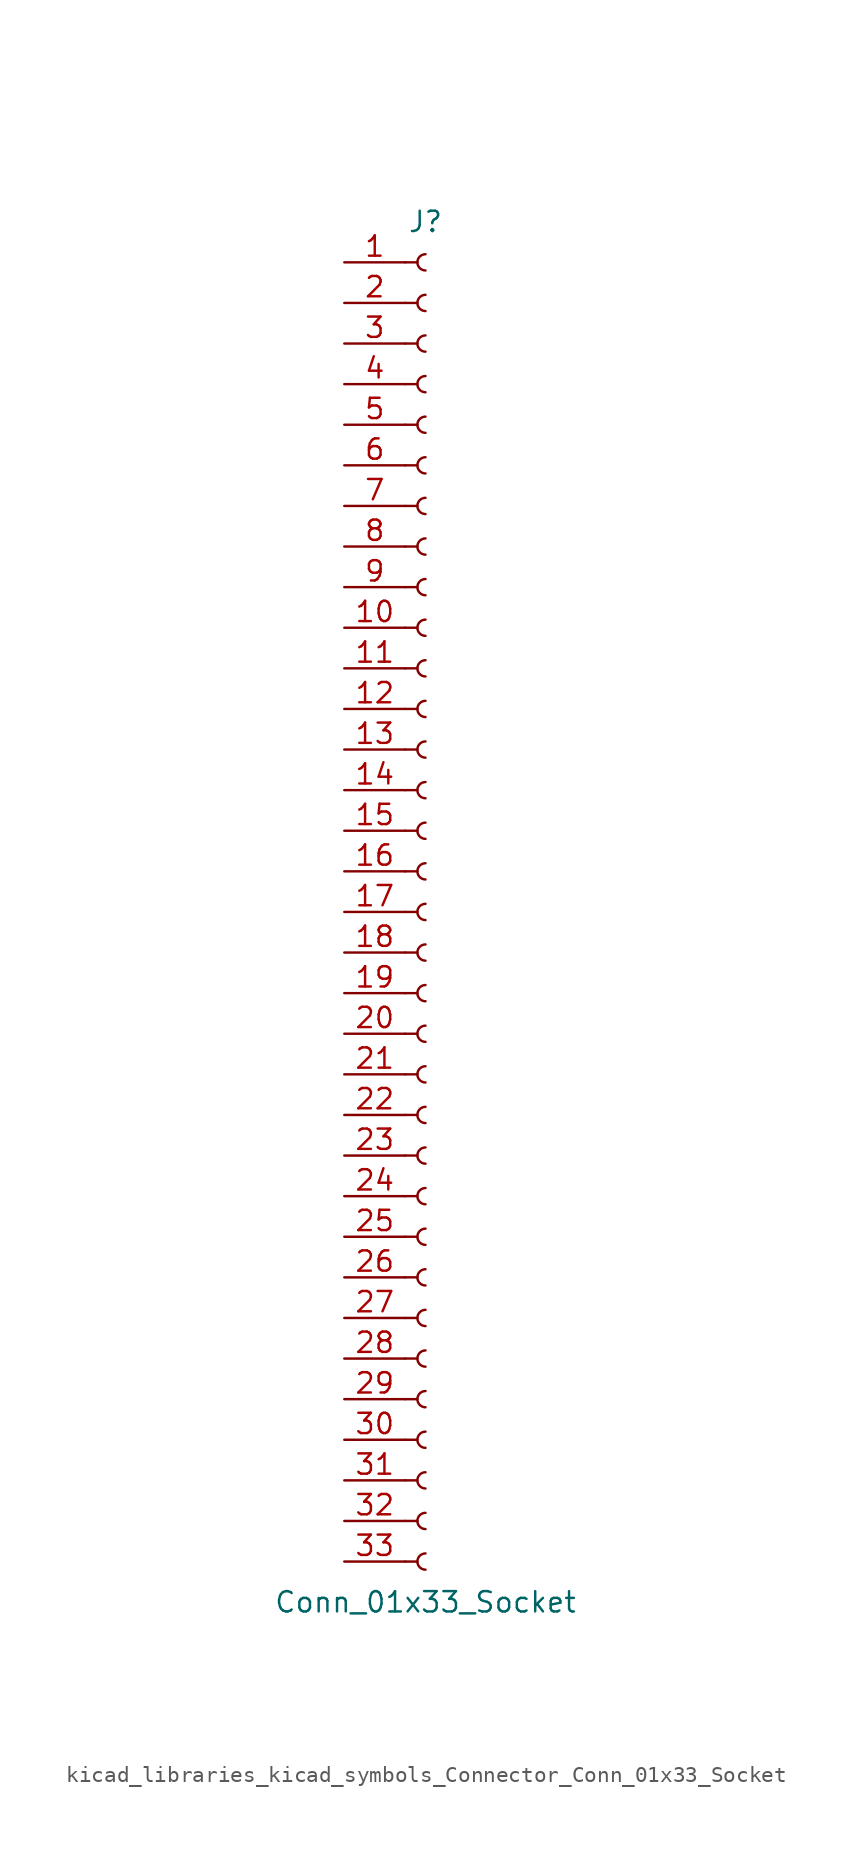
<source format=kicad_sym>
(kicad_symbol_lib
  (version 20220914)
  (generator kicad_symbol_editor)
  (symbol "kicad_libraries_kicad_symbols_Connector_Conn_01x33_Socket"
    (pin_names
      (offset 1.016) hide)
    (property "Reference" "J"
      (at 0 43.18 0)
      (effects (font (size 1.27 1.27))))
    (property "Value" "Conn_01x33_Socket"
      (at 0 -43.18 0)
      (effects (font (size 1.27 1.27))))
    (property "ki_locked" ""
      (at 0 0 0)
      (effects (font (size 1.27 1.27))))
    (symbol "kicad_libraries_kicad_symbols_Connector_Conn_01x33_Socket_1_1"
      (arc (start 0 -40.132) (mid -0.5058 -40.64) (end 0 -41.148) (stroke (width 0.1524) (type default)) (fill (type none)))
      (arc (start 0 -37.592) (mid -0.5058 -38.1) (end 0 -38.608) (stroke (width 0.1524) (type default)) (fill (type none)))
      (arc (start 0 -35.052) (mid -0.5058 -35.56) (end 0 -36.068) (stroke (width 0.1524) (type default)) (fill (type none)))
      (arc (start 0 -32.512) (mid -0.5058 -33.02) (end 0 -33.528) (stroke (width 0.1524) (type default)) (fill (type none)))
      (arc (start 0 -29.972) (mid -0.5058 -30.48) (end 0 -30.988) (stroke (width 0.1524) (type default)) (fill (type none)))
      (arc (start 0 -27.432) (mid -0.5058 -27.94) (end 0 -28.448) (stroke (width 0.1524) (type default)) (fill (type none)))
      (arc (start 0 -24.892) (mid -0.5058 -25.4) (end 0 -25.908) (stroke (width 0.1524) (type default)) (fill (type none)))
      (arc (start 0 -22.352) (mid -0.5058 -22.86) (end 0 -23.368) (stroke (width 0.1524) (type default)) (fill (type none)))
      (arc (start 0 -19.812) (mid -0.5058 -20.32) (end 0 -20.828) (stroke (width 0.1524) (type default)) (fill (type none)))
      (arc (start 0 -17.272) (mid -0.5058 -17.78) (end 0 -18.288) (stroke (width 0.1524) (type default)) (fill (type none)))
      (arc (start 0 -14.732) (mid -0.5058 -15.24) (end 0 -15.748) (stroke (width 0.1524) (type default)) (fill (type none)))
      (arc (start 0 -12.192) (mid -0.5058 -12.7) (end 0 -13.208) (stroke (width 0.1524) (type default)) (fill (type none)))
      (arc (start 0 -9.652) (mid -0.5058 -10.16) (end 0 -10.668) (stroke (width 0.1524) (type default)) (fill (type none)))
      (arc (start 0 -7.112) (mid -0.5058 -7.62) (end 0 -8.128) (stroke (width 0.1524) (type default)) (fill (type none)))
      (arc (start 0 -4.572) (mid -0.5058 -5.08) (end 0 -5.588) (stroke (width 0.1524) (type default)) (fill (type none)))
      (arc (start 0 -2.032) (mid -0.5058 -2.54) (end 0 -3.048) (stroke (width 0.1524) (type default)) (fill (type none)))
      (polyline (pts (xy -1.27 -40.64) (xy -0.508 -40.64)) (stroke (width 0.152) (type default)) (fill (type none)))
      (polyline (pts (xy -1.27 -38.1) (xy -0.508 -38.1)) (stroke (width 0.152) (type default)) (fill (type none)))
      (polyline (pts (xy -1.27 -35.56) (xy -0.508 -35.56)) (stroke (width 0.152) (type default)) (fill (type none)))
      (polyline (pts (xy -1.27 -33.02) (xy -0.508 -33.02)) (stroke (width 0.152) (type default)) (fill (type none)))
      (polyline (pts (xy -1.27 -30.48) (xy -0.508 -30.48)) (stroke (width 0.152) (type default)) (fill (type none)))
      (polyline (pts (xy -1.27 -27.94) (xy -0.508 -27.94)) (stroke (width 0.152) (type default)) (fill (type none)))
      (polyline (pts (xy -1.27 -25.4) (xy -0.508 -25.4)) (stroke (width 0.152) (type default)) (fill (type none)))
      (polyline (pts (xy -1.27 -22.86) (xy -0.508 -22.86)) (stroke (width 0.152) (type default)) (fill (type none)))
      (polyline (pts (xy -1.27 -20.32) (xy -0.508 -20.32)) (stroke (width 0.152) (type default)) (fill (type none)))
      (polyline (pts (xy -1.27 -17.78) (xy -0.508 -17.78)) (stroke (width 0.152) (type default)) (fill (type none)))
      (polyline (pts (xy -1.27 -15.24) (xy -0.508 -15.24)) (stroke (width 0.152) (type default)) (fill (type none)))
      (polyline (pts (xy -1.27 -12.7) (xy -0.508 -12.7)) (stroke (width 0.152) (type default)) (fill (type none)))
      (polyline (pts (xy -1.27 -10.16) (xy -0.508 -10.16)) (stroke (width 0.152) (type default)) (fill (type none)))
      (polyline (pts (xy -1.27 -7.62) (xy -0.508 -7.62)) (stroke (width 0.152) (type default)) (fill (type none)))
      (polyline (pts (xy -1.27 -5.08) (xy -0.508 -5.08)) (stroke (width 0.152) (type default)) (fill (type none)))
      (polyline (pts (xy -1.27 -2.54) (xy -0.508 -2.54)) (stroke (width 0.152) (type default)) (fill (type none)))
      (polyline (pts (xy -1.27 0) (xy -0.508 0)) (stroke (width 0.152) (type default)) (fill (type none)))
      (polyline (pts (xy -1.27 2.54) (xy -0.508 2.54)) (stroke (width 0.152) (type default)) (fill (type none)))
      (polyline (pts (xy -1.27 5.08) (xy -0.508 5.08)) (stroke (width 0.152) (type default)) (fill (type none)))
      (polyline (pts (xy -1.27 7.62) (xy -0.508 7.62)) (stroke (width 0.152) (type default)) (fill (type none)))
      (polyline (pts (xy -1.27 10.16) (xy -0.508 10.16)) (stroke (width 0.152) (type default)) (fill (type none)))
      (polyline (pts (xy -1.27 12.7) (xy -0.508 12.7)) (stroke (width 0.152) (type default)) (fill (type none)))
      (polyline (pts (xy -1.27 15.24) (xy -0.508 15.24)) (stroke (width 0.152) (type default)) (fill (type none)))
      (polyline (pts (xy -1.27 17.78) (xy -0.508 17.78)) (stroke (width 0.152) (type default)) (fill (type none)))
      (polyline (pts (xy -1.27 20.32) (xy -0.508 20.32)) (stroke (width 0.152) (type default)) (fill (type none)))
      (polyline (pts (xy -1.27 22.86) (xy -0.508 22.86)) (stroke (width 0.152) (type default)) (fill (type none)))
      (polyline (pts (xy -1.27 25.4) (xy -0.508 25.4)) (stroke (width 0.152) (type default)) (fill (type none)))
      (polyline (pts (xy -1.27 27.94) (xy -0.508 27.94)) (stroke (width 0.152) (type default)) (fill (type none)))
      (polyline (pts (xy -1.27 30.48) (xy -0.508 30.48)) (stroke (width 0.152) (type default)) (fill (type none)))
      (polyline (pts (xy -1.27 33.02) (xy -0.508 33.02)) (stroke (width 0.152) (type default)) (fill (type none)))
      (polyline (pts (xy -1.27 35.56) (xy -0.508 35.56)) (stroke (width 0.152) (type default)) (fill (type none)))
      (polyline (pts (xy -1.27 38.1) (xy -0.508 38.1)) (stroke (width 0.152) (type default)) (fill (type none)))
      (polyline (pts (xy -1.27 40.64) (xy -0.508 40.64)) (stroke (width 0.152) (type default)) (fill (type none)))
      (arc (start 0 0.508) (mid -0.5058 0) (end 0 -0.508) (stroke (width 0.1524) (type default)) (fill (type none)))
      (arc (start 0 3.048) (mid -0.5058 2.54) (end 0 2.032) (stroke (width 0.1524) (type default)) (fill (type none)))
      (arc (start 0 5.588) (mid -0.5058 5.08) (end 0 4.572) (stroke (width 0.1524) (type default)) (fill (type none)))
      (arc (start 0 8.128) (mid -0.5058 7.62) (end 0 7.112) (stroke (width 0.1524) (type default)) (fill (type none)))
      (arc (start 0 10.668) (mid -0.5058 10.16) (end 0 9.652) (stroke (width 0.1524) (type default)) (fill (type none)))
      (arc (start 0 13.208) (mid -0.5058 12.7) (end 0 12.192) (stroke (width 0.1524) (type default)) (fill (type none)))
      (arc (start 0 15.748) (mid -0.5058 15.24) (end 0 14.732) (stroke (width 0.1524) (type default)) (fill (type none)))
      (arc (start 0 18.288) (mid -0.5058 17.78) (end 0 17.272) (stroke (width 0.1524) (type default)) (fill (type none)))
      (arc (start 0 20.828) (mid -0.5058 20.32) (end 0 19.812) (stroke (width 0.1524) (type default)) (fill (type none)))
      (arc (start 0 23.368) (mid -0.5058 22.86) (end 0 22.352) (stroke (width 0.1524) (type default)) (fill (type none)))
      (arc (start 0 25.908) (mid -0.5058 25.4) (end 0 24.892) (stroke (width 0.1524) (type default)) (fill (type none)))
      (arc (start 0 28.448) (mid -0.5058 27.94) (end 0 27.432) (stroke (width 0.1524) (type default)) (fill (type none)))
      (arc (start 0 30.988) (mid -0.5058 30.48) (end 0 29.972) (stroke (width 0.1524) (type default)) (fill (type none)))
      (arc (start 0 33.528) (mid -0.5058 33.02) (end 0 32.512) (stroke (width 0.1524) (type default)) (fill (type none)))
      (arc (start 0 36.068) (mid -0.5058 35.56) (end 0 35.052) (stroke (width 0.1524) (type default)) (fill (type none)))
      (arc (start 0 38.608) (mid -0.5058 38.1) (end 0 37.592) (stroke (width 0.1524) (type default)) (fill (type none)))
      (arc (start 0 41.148) (mid -0.5058 40.64) (end 0 40.132) (stroke (width 0.1524) (type default)) (fill (type none)))
      (pin passive line (at -5.08 40.64 0) (length 3.81) (name "Pin_1" (effects (font (size 1.27 1.27)))) (number "1" (effects (font (size 1.27 1.27)))))
      (pin passive line (at -5.08 17.78 0) (length 3.81) (name "Pin_10" (effects (font (size 1.27 1.27)))) (number "10" (effects (font (size 1.27 1.27)))))
      (pin passive line (at -5.08 15.24 0) (length 3.81) (name "Pin_11" (effects (font (size 1.27 1.27)))) (number "11" (effects (font (size 1.27 1.27)))))
      (pin passive line (at -5.08 12.7 0) (length 3.81) (name "Pin_12" (effects (font (size 1.27 1.27)))) (number "12" (effects (font (size 1.27 1.27)))))
      (pin passive line (at -5.08 10.16 0) (length 3.81) (name "Pin_13" (effects (font (size 1.27 1.27)))) (number "13" (effects (font (size 1.27 1.27)))))
      (pin passive line (at -5.08 7.62 0) (length 3.81) (name "Pin_14" (effects (font (size 1.27 1.27)))) (number "14" (effects (font (size 1.27 1.27)))))
      (pin passive line (at -5.08 5.08 0) (length 3.81) (name "Pin_15" (effects (font (size 1.27 1.27)))) (number "15" (effects (font (size 1.27 1.27)))))
      (pin passive line (at -5.08 2.54 0) (length 3.81) (name "Pin_16" (effects (font (size 1.27 1.27)))) (number "16" (effects (font (size 1.27 1.27)))))
      (pin passive line (at -5.08 0 0) (length 3.81) (name "Pin_17" (effects (font (size 1.27 1.27)))) (number "17" (effects (font (size 1.27 1.27)))))
      (pin passive line (at -5.08 -2.54 0) (length 3.81) (name "Pin_18" (effects (font (size 1.27 1.27)))) (number "18" (effects (font (size 1.27 1.27)))))
      (pin passive line (at -5.08 -5.08 0) (length 3.81) (name "Pin_19" (effects (font (size 1.27 1.27)))) (number "19" (effects (font (size 1.27 1.27)))))
      (pin passive line (at -5.08 38.1 0) (length 3.81) (name "Pin_2" (effects (font (size 1.27 1.27)))) (number "2" (effects (font (size 1.27 1.27)))))
      (pin passive line (at -5.08 -7.62 0) (length 3.81) (name "Pin_20" (effects (font (size 1.27 1.27)))) (number "20" (effects (font (size 1.27 1.27)))))
      (pin passive line (at -5.08 -10.16 0) (length 3.81) (name "Pin_21" (effects (font (size 1.27 1.27)))) (number "21" (effects (font (size 1.27 1.27)))))
      (pin passive line (at -5.08 -12.7 0) (length 3.81) (name "Pin_22" (effects (font (size 1.27 1.27)))) (number "22" (effects (font (size 1.27 1.27)))))
      (pin passive line (at -5.08 -15.24 0) (length 3.81) (name "Pin_23" (effects (font (size 1.27 1.27)))) (number "23" (effects (font (size 1.27 1.27)))))
      (pin passive line (at -5.08 -17.78 0) (length 3.81) (name "Pin_24" (effects (font (size 1.27 1.27)))) (number "24" (effects (font (size 1.27 1.27)))))
      (pin passive line (at -5.08 -20.32 0) (length 3.81) (name "Pin_25" (effects (font (size 1.27 1.27)))) (number "25" (effects (font (size 1.27 1.27)))))
      (pin passive line (at -5.08 -22.86 0) (length 3.81) (name "Pin_26" (effects (font (size 1.27 1.27)))) (number "26" (effects (font (size 1.27 1.27)))))
      (pin passive line (at -5.08 -25.4 0) (length 3.81) (name "Pin_27" (effects (font (size 1.27 1.27)))) (number "27" (effects (font (size 1.27 1.27)))))
      (pin passive line (at -5.08 -27.94 0) (length 3.81) (name "Pin_28" (effects (font (size 1.27 1.27)))) (number "28" (effects (font (size 1.27 1.27)))))
      (pin passive line (at -5.08 -30.48 0) (length 3.81) (name "Pin_29" (effects (font (size 1.27 1.27)))) (number "29" (effects (font (size 1.27 1.27)))))
      (pin passive line (at -5.08 35.56 0) (length 3.81) (name "Pin_3" (effects (font (size 1.27 1.27)))) (number "3" (effects (font (size 1.27 1.27)))))
      (pin passive line (at -5.08 -33.02 0) (length 3.81) (name "Pin_30" (effects (font (size 1.27 1.27)))) (number "30" (effects (font (size 1.27 1.27)))))
      (pin passive line (at -5.08 -35.56 0) (length 3.81) (name "Pin_31" (effects (font (size 1.27 1.27)))) (number "31" (effects (font (size 1.27 1.27)))))
      (pin passive line (at -5.08 -38.1 0) (length 3.81) (name "Pin_32" (effects (font (size 1.27 1.27)))) (number "32" (effects (font (size 1.27 1.27)))))
      (pin passive line (at -5.08 -40.64 0) (length 3.81) (name "Pin_33" (effects (font (size 1.27 1.27)))) (number "33" (effects (font (size 1.27 1.27)))))
      (pin passive line (at -5.08 33.02 0) (length 3.81) (name "Pin_4" (effects (font (size 1.27 1.27)))) (number "4" (effects (font (size 1.27 1.27)))))
      (pin passive line (at -5.08 30.48 0) (length 3.81) (name "Pin_5" (effects (font (size 1.27 1.27)))) (number "5" (effects (font (size 1.27 1.27)))))
      (pin passive line (at -5.08 27.94 0) (length 3.81) (name "Pin_6" (effects (font (size 1.27 1.27)))) (number "6" (effects (font (size 1.27 1.27)))))
      (pin passive line (at -5.08 25.4 0) (length 3.81) (name "Pin_7" (effects (font (size 1.27 1.27)))) (number "7" (effects (font (size 1.27 1.27)))))
      (pin passive line (at -5.08 22.86 0) (length 3.81) (name "Pin_8" (effects (font (size 1.27 1.27)))) (number "8" (effects (font (size 1.27 1.27)))))
      (pin passive line (at -5.08 20.32 0) (length 3.81) (name "Pin_9" (effects (font (size 1.27 1.27)))) (number "9" (effects (font (size 1.27 1.27))))))))
</source>
